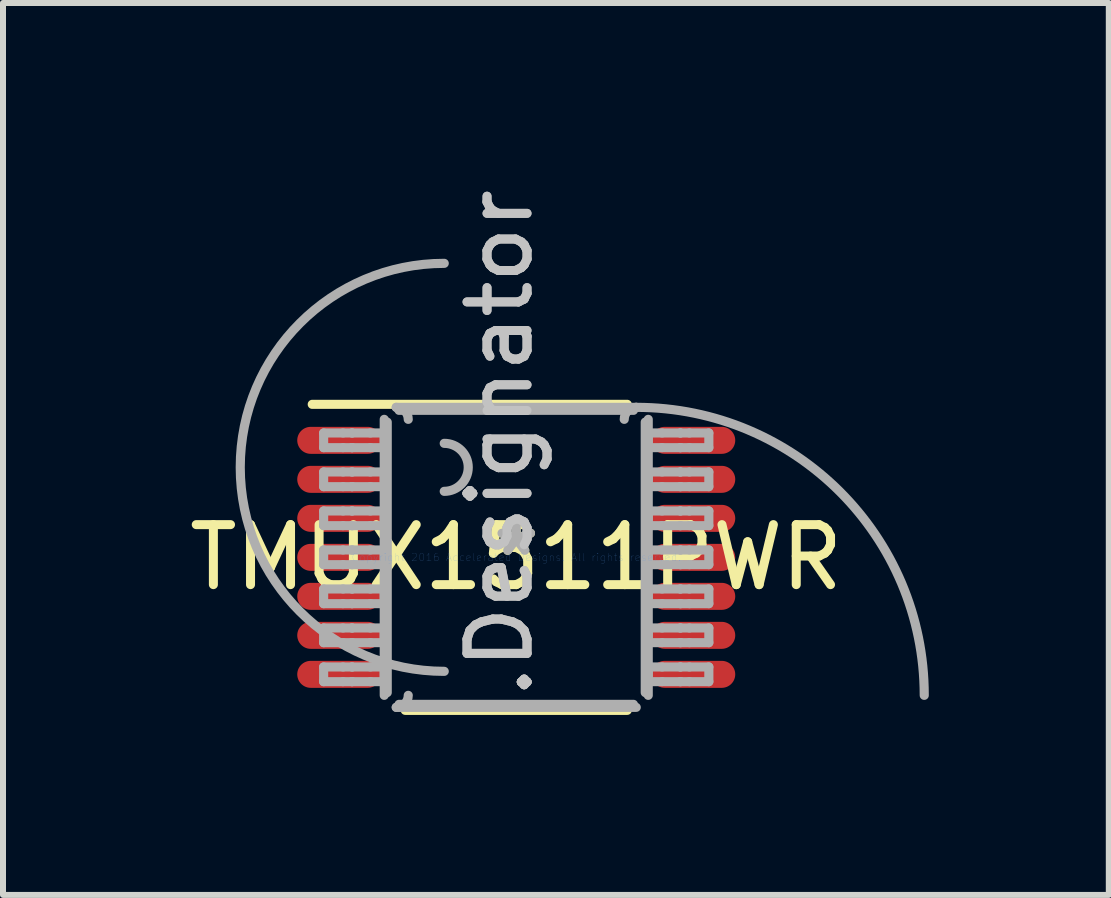
<source format=kicad_pcb>
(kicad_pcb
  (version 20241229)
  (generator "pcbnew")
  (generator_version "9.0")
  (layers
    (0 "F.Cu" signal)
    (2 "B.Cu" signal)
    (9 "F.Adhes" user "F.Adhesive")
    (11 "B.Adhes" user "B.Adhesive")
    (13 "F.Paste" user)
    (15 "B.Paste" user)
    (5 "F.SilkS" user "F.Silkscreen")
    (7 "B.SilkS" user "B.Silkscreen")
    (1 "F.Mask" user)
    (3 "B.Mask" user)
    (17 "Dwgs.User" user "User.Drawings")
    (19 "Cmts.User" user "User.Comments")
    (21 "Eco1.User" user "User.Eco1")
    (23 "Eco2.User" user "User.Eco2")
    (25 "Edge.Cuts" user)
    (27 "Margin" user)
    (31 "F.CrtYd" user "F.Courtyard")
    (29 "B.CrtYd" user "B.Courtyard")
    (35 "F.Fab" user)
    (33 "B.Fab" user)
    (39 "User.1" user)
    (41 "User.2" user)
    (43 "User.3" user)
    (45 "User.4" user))
  (footprint "TMUX1511PWR"
    (layer "F.Cu")
    (at 5.554 6.239)
    (property "Reference" "TMUX1511PWR" (at 0 0 0) (layer "F.SilkS") (effects (font (size 1 1) (thickness 0.15))))
    (attr through_hole)
    (fp_line (start -3.4 -2.55) (end 1.85 -2.55) (stroke (width 0.152) (type solid)) (layer "F.SilkS"))
    (fp_line (start -1.85 2.55) (end 1.85 2.55) (stroke (width 0.152) (type solid)) (layer "F.SilkS"))
    (fp_line (start -3.21 -2.073) (end -2.887 -2.073) (stroke (width 0.152) (type solid)) (layer "F.Fab"))
    (fp_line (start -3.21 -1.828) (end -3.21 -2.073) (stroke (width 0.152) (type solid)) (layer "F.Fab"))
    (fp_line (start -3.21 -1.828) (end -2.887 -1.828) (stroke (width 0.152) (type solid)) (layer "F.Fab"))
    (fp_line (start -3.21 -1.423) (end -2.887 -1.423) (stroke (width 0.152) (type solid)) (layer "F.Fab"))
    (fp_line (start -3.21 -1.178) (end -3.21 -1.423) (stroke (width 0.152) (type solid)) (layer "F.Fab"))
    (fp_line (start -3.21 -1.178) (end -2.887 -1.178) (stroke (width 0.152) (type solid)) (layer "F.Fab"))
    (fp_line (start -3.21 -0.773) (end -2.887 -0.773) (stroke (width 0.152) (type solid)) (layer "F.Fab"))
    (fp_line (start -3.21 -0.528) (end -3.21 -0.773) (stroke (width 0.152) (type solid)) (layer "F.Fab"))
    (fp_line (start -3.21 -0.528) (end -2.887 -0.528) (stroke (width 0.152) (type solid)) (layer "F.Fab"))
    (fp_line (start -3.21 -0.123) (end -2.887 -0.123) (stroke (width 0.152) (type solid)) (layer "F.Fab"))
    (fp_line (start -3.21 0.122) (end -3.21 -0.123) (stroke (width 0.152) (type solid)) (layer "F.Fab"))
    (fp_line (start -3.21 0.122) (end -2.887 0.122) (stroke (width 0.152) (type solid)) (layer "F.Fab"))
    (fp_line (start -3.21 0.527) (end -2.887 0.527) (stroke (width 0.152) (type solid)) (layer "F.Fab"))
    (fp_line (start -3.21 0.772) (end -3.21 0.527) (stroke (width 0.152) (type solid)) (layer "F.Fab"))
    (fp_line (start -3.21 0.772) (end -2.887 0.772) (stroke (width 0.152) (type solid)) (layer "F.Fab"))
    (fp_line (start -3.21 1.177) (end -2.887 1.177) (stroke (width 0.152) (type solid)) (layer "F.Fab"))
    (fp_line (start -3.21 1.422) (end -3.21 1.177) (stroke (width 0.152) (type solid)) (layer "F.Fab"))
    (fp_line (start -3.21 1.422) (end -2.887 1.422) (stroke (width 0.152) (type solid)) (layer "F.Fab"))
    (fp_line (start -3.21 1.827) (end -2.887 1.827) (stroke (width 0.152) (type solid)) (layer "F.Fab"))
    (fp_line (start -3.21 2.072) (end -3.21 1.827) (stroke (width 0.152) (type solid)) (layer "F.Fab"))
    (fp_line (start -3.21 2.072) (end -2.887 2.072) (stroke (width 0.152) (type solid)) (layer "F.Fab"))
    (fp_line (start -2.887 -2.073) (end -2.739 -2.073) (stroke (width 0.152) (type solid)) (layer "F.Fab"))
    (fp_line (start -2.887 -1.828) (end -2.739 -1.828) (stroke (width 0.152) (type solid)) (layer "F.Fab"))
    (fp_line (start -2.887 -1.423) (end -2.739 -1.423) (stroke (width 0.152) (type solid)) (layer "F.Fab"))
    (fp_line (start -2.887 -1.178) (end -2.739 -1.178) (stroke (width 0.152) (type solid)) (layer "F.Fab"))
    (fp_line (start -2.887 -0.773) (end -2.739 -0.773) (stroke (width 0.152) (type solid)) (layer "F.Fab"))
    (fp_line (start -2.887 -0.528) (end -2.739 -0.528) (stroke (width 0.152) (type solid)) (layer "F.Fab"))
    (fp_line (start -2.887 -0.123) (end -2.739 -0.123) (stroke (width 0.152) (type solid)) (layer "F.Fab"))
    (fp_line (start -2.887 0.122) (end -2.739 0.122) (stroke (width 0.152) (type solid)) (layer "F.Fab"))
    (fp_line (start -2.887 0.527) (end -2.739 0.527) (stroke (width 0.152) (type solid)) (layer "F.Fab"))
    (fp_line (start -2.887 0.772) (end -2.739 0.772) (stroke (width 0.152) (type solid)) (layer "F.Fab"))
    (fp_line (start -2.887 1.177) (end -2.739 1.177) (stroke (width 0.152) (type solid)) (layer "F.Fab"))
    (fp_line (start -2.887 1.422) (end -2.739 1.422) (stroke (width 0.152) (type solid)) (layer "F.Fab"))
    (fp_line (start -2.887 1.827) (end -2.739 1.827) (stroke (width 0.152) (type solid)) (layer "F.Fab"))
    (fp_line (start -2.887 2.072) (end -2.739 2.072) (stroke (width 0.152) (type solid)) (layer "F.Fab"))
    (fp_line (start -2.739 -2.073) (end -2.733 -2.073) (stroke (width 0.152) (type solid)) (layer "F.Fab"))
    (fp_line (start -2.739 -1.828) (end -2.733 -1.828) (stroke (width 0.152) (type solid)) (layer "F.Fab"))
    (fp_line (start -2.739 -1.423) (end -2.733 -1.423) (stroke (width 0.152) (type solid)) (layer "F.Fab"))
    (fp_line (start -2.739 -1.178) (end -2.733 -1.178) (stroke (width 0.152) (type solid)) (layer "F.Fab"))
    (fp_line (start -2.739 -0.773) (end -2.733 -0.773) (stroke (width 0.152) (type solid)) (layer "F.Fab"))
    (fp_line (start -2.739 -0.528) (end -2.733 -0.528) (stroke (width 0.152) (type solid)) (layer "F.Fab"))
    (fp_line (start -2.739 -0.123) (end -2.733 -0.123) (stroke (width 0.152) (type solid)) (layer "F.Fab"))
    (fp_line (start -2.739 0.122) (end -2.733 0.122) (stroke (width 0.152) (type solid)) (layer "F.Fab"))
    (fp_line (start -2.739 0.527) (end -2.733 0.527) (stroke (width 0.152) (type solid)) (layer "F.Fab"))
    (fp_line (start -2.739 0.772) (end -2.733 0.772) (stroke (width 0.152) (type solid)) (layer "F.Fab"))
    (fp_line (start -2.739 1.177) (end -2.733 1.177) (stroke (width 0.152) (type solid)) (layer "F.Fab"))
    (fp_line (start -2.739 1.422) (end -2.733 1.422) (stroke (width 0.152) (type solid)) (layer "F.Fab"))
    (fp_line (start -2.739 1.827) (end -2.733 1.827) (stroke (width 0.152) (type solid)) (layer "F.Fab"))
    (fp_line (start -2.739 2.072) (end -2.733 2.072) (stroke (width 0.152) (type solid)) (layer "F.Fab"))
    (fp_line (start -2.733 -2.073) (end -2.431 -2.073) (stroke (width 0.152) (type solid)) (layer "F.Fab"))
    (fp_line (start -2.733 -1.828) (end -2.431 -1.828) (stroke (width 0.152) (type solid)) (layer "F.Fab"))
    (fp_line (start -2.733 -1.423) (end -2.431 -1.423) (stroke (width 0.152) (type solid)) (layer "F.Fab"))
    (fp_line (start -2.733 -1.178) (end -2.431 -1.178) (stroke (width 0.152) (type solid)) (layer "F.Fab"))
    (fp_line (start -2.733 -0.773) (end -2.431 -0.773) (stroke (width 0.152) (type solid)) (layer "F.Fab"))
    (fp_line (start -2.733 -0.528) (end -2.431 -0.528) (stroke (width 0.152) (type solid)) (layer "F.Fab"))
    (fp_line (start -2.733 -0.123) (end -2.431 -0.123) (stroke (width 0.152) (type solid)) (layer "F.Fab"))
    (fp_line (start -2.733 0.122) (end -2.431 0.122) (stroke (width 0.152) (type solid)) (layer "F.Fab"))
    (fp_line (start -2.733 0.527) (end -2.431 0.527) (stroke (width 0.152) (type solid)) (layer "F.Fab"))
    (fp_line (start -2.733 0.772) (end -2.431 0.772) (stroke (width 0.152) (type solid)) (layer "F.Fab"))
    (fp_line (start -2.733 1.177) (end -2.431 1.177) (stroke (width 0.152) (type solid)) (layer "F.Fab"))
    (fp_line (start -2.733 1.422) (end -2.431 1.422) (stroke (width 0.152) (type solid)) (layer "F.Fab"))
    (fp_line (start -2.733 1.827) (end -2.431 1.827) (stroke (width 0.152) (type solid)) (layer "F.Fab"))
    (fp_line (start -2.733 2.072) (end -2.431 2.072) (stroke (width 0.152) (type solid)) (layer "F.Fab"))
    (fp_line (start -2.431 -2.073) (end -2.2 -2.073) (stroke (width 0.152) (type solid)) (layer "F.Fab"))
    (fp_line (start -2.431 -1.828) (end -2.2 -1.828) (stroke (width 0.152) (type solid)) (layer "F.Fab"))
    (fp_line (start -2.431 -1.423) (end -2.2 -1.423) (stroke (width 0.152) (type solid)) (layer "F.Fab"))
    (fp_line (start -2.431 -1.178) (end -2.2 -1.178) (stroke (width 0.152) (type solid)) (layer "F.Fab"))
    (fp_line (start -2.431 -0.773) (end -2.2 -0.773) (stroke (width 0.152) (type solid)) (layer "F.Fab"))
    (fp_line (start -2.431 -0.528) (end -2.2 -0.528) (stroke (width 0.152) (type solid)) (layer "F.Fab"))
    (fp_line (start -2.431 -0.123) (end -2.2 -0.123) (stroke (width 0.152) (type solid)) (layer "F.Fab"))
    (fp_line (start -2.431 0.122) (end -2.2 0.122) (stroke (width 0.152) (type solid)) (layer "F.Fab"))
    (fp_line (start -2.431 0.527) (end -2.2 0.527) (stroke (width 0.152) (type solid)) (layer "F.Fab"))
    (fp_line (start -2.431 0.772) (end -2.2 0.772) (stroke (width 0.152) (type solid)) (layer "F.Fab"))
    (fp_line (start -2.431 1.177) (end -2.2 1.177) (stroke (width 0.152) (type solid)) (layer "F.Fab"))
    (fp_line (start -2.431 1.422) (end -2.2 1.422) (stroke (width 0.152) (type solid)) (layer "F.Fab"))
    (fp_line (start -2.431 1.827) (end -2.2 1.827) (stroke (width 0.152) (type solid)) (layer "F.Fab"))
    (fp_line (start -2.431 2.072) (end -2.2 2.072) (stroke (width 0.152) (type solid)) (layer "F.Fab"))
    (fp_line (start -2.2 -1.828) (end -2.2 -2.073) (stroke (width 0.152) (type solid)) (layer "F.Fab"))
    (fp_line (start -2.2 -1.178) (end -2.2 -1.423) (stroke (width 0.152) (type solid)) (layer "F.Fab"))
    (fp_line (start -2.2 -0.528) (end -2.2 -0.773) (stroke (width 0.152) (type solid)) (layer "F.Fab"))
    (fp_line (start -2.2 0.122) (end -2.2 -0.123) (stroke (width 0.152) (type solid)) (layer "F.Fab"))
    (fp_line (start -2.2 0.772) (end -2.2 0.527) (stroke (width 0.152) (type solid)) (layer "F.Fab"))
    (fp_line (start -2.2 1.422) (end -2.2 1.177) (stroke (width 0.152) (type solid)) (layer "F.Fab"))
    (fp_line (start -2.2 2.072) (end -2.2 1.827) (stroke (width 0.152) (type solid)) (layer "F.Fab"))
    (fp_line (start -2.2 2.3) (end -2.2 -2.3) (stroke (width 0.152) (type solid)) (layer "F.Fab"))
    (fp_line (start -2.15 2.254) (end -2.15 -2.254) (stroke (width 0.152) (type solid)) (layer "F.Fab"))
    (fp_line (start -2 -2.5) (end 2 -2.5) (stroke (width 0.152) (type solid)) (layer "F.Fab"))
    (fp_line (start -2 2.5) (end 2 2.5) (stroke (width 0.152) (type solid)) (layer "F.Fab"))
    (fp_line (start -1.954 -2.45) (end 1.954 -2.45) (stroke (width 0.152) (type solid)) (layer "F.Fab"))
    (fp_line (start -1.954 2.45) (end 1.954 2.45) (stroke (width 0.152) (type solid)) (layer "F.Fab"))
    (fp_line (start 2.15 2.254) (end 2.15 -2.254) (stroke (width 0.152) (type solid)) (layer "F.Fab"))
    (fp_line (start 2.2 -2.073) (end 2.43 -2.073) (stroke (width 0.152) (type solid)) (layer "F.Fab"))
    (fp_line (start 2.2 -1.828) (end 2.2 -2.073) (stroke (width 0.152) (type solid)) (layer "F.Fab"))
    (fp_line (start 2.2 -1.828) (end 2.43 -1.828) (stroke (width 0.152) (type solid)) (layer "F.Fab"))
    (fp_line (start 2.2 -1.423) (end 2.43 -1.423) (stroke (width 0.152) (type solid)) (layer "F.Fab"))
    (fp_line (start 2.2 -1.178) (end 2.2 -1.423) (stroke (width 0.152) (type solid)) (layer "F.Fab"))
    (fp_line (start 2.2 -1.178) (end 2.43 -1.178) (stroke (width 0.152) (type solid)) (layer "F.Fab"))
    (fp_line (start 2.2 -0.773) (end 2.43 -0.773) (stroke (width 0.152) (type solid)) (layer "F.Fab"))
    (fp_line (start 2.2 -0.528) (end 2.2 -0.773) (stroke (width 0.152) (type solid)) (layer "F.Fab"))
    (fp_line (start 2.2 -0.528) (end 2.43 -0.528) (stroke (width 0.152) (type solid)) (layer "F.Fab"))
    (fp_line (start 2.2 -0.123) (end 2.43 -0.123) (stroke (width 0.152) (type solid)) (layer "F.Fab"))
    (fp_line (start 2.2 0.122) (end 2.2 -0.123) (stroke (width 0.152) (type solid)) (layer "F.Fab"))
    (fp_line (start 2.2 0.122) (end 2.43 0.122) (stroke (width 0.152) (type solid)) (layer "F.Fab"))
    (fp_line (start 2.2 0.527) (end 2.43 0.527) (stroke (width 0.152) (type solid)) (layer "F.Fab"))
    (fp_line (start 2.2 0.772) (end 2.2 0.527) (stroke (width 0.152) (type solid)) (layer "F.Fab"))
    (fp_line (start 2.2 0.772) (end 2.43 0.772) (stroke (width 0.152) (type solid)) (layer "F.Fab"))
    (fp_line (start 2.2 1.177) (end 2.43 1.177) (stroke (width 0.152) (type solid)) (layer "F.Fab"))
    (fp_line (start 2.2 1.422) (end 2.2 1.177) (stroke (width 0.152) (type solid)) (layer "F.Fab"))
    (fp_line (start 2.2 1.422) (end 2.43 1.422) (stroke (width 0.152) (type solid)) (layer "F.Fab"))
    (fp_line (start 2.2 1.827) (end 2.43 1.827) (stroke (width 0.152) (type solid)) (layer "F.Fab"))
    (fp_line (start 2.2 2.072) (end 2.2 1.827) (stroke (width 0.152) (type solid)) (layer "F.Fab"))
    (fp_line (start 2.2 2.072) (end 2.43 2.072) (stroke (width 0.152) (type solid)) (layer "F.Fab"))
    (fp_line (start 2.2 2.3) (end 2.2 -2.3) (stroke (width 0.152) (type solid)) (layer "F.Fab"))
    (fp_line (start 2.43 -2.073) (end 2.733 -2.073) (stroke (width 0.152) (type solid)) (layer "F.Fab"))
    (fp_line (start 2.43 -1.828) (end 2.733 -1.828) (stroke (width 0.152) (type solid)) (layer "F.Fab"))
    (fp_line (start 2.43 -1.423) (end 2.733 -1.423) (stroke (width 0.152) (type solid)) (layer "F.Fab"))
    (fp_line (start 2.43 -1.178) (end 2.733 -1.178) (stroke (width 0.152) (type solid)) (layer "F.Fab"))
    (fp_line (start 2.43 -0.773) (end 2.733 -0.773) (stroke (width 0.152) (type solid)) (layer "F.Fab"))
    (fp_line (start 2.43 -0.528) (end 2.733 -0.528) (stroke (width 0.152) (type solid)) (layer "F.Fab"))
    (fp_line (start 2.43 -0.123) (end 2.733 -0.123) (stroke (width 0.152) (type solid)) (layer "F.Fab"))
    (fp_line (start 2.43 0.122) (end 2.733 0.122) (stroke (width 0.152) (type solid)) (layer "F.Fab"))
    (fp_line (start 2.43 0.527) (end 2.733 0.527) (stroke (width 0.152) (type solid)) (layer "F.Fab"))
    (fp_line (start 2.43 0.772) (end 2.733 0.772) (stroke (width 0.152) (type solid)) (layer "F.Fab"))
    (fp_line (start 2.43 1.177) (end 2.733 1.177) (stroke (width 0.152) (type solid)) (layer "F.Fab"))
    (fp_line (start 2.43 1.422) (end 2.733 1.422) (stroke (width 0.152) (type solid)) (layer "F.Fab"))
    (fp_line (start 2.43 1.827) (end 2.733 1.827) (stroke (width 0.152) (type solid)) (layer "F.Fab"))
    (fp_line (start 2.43 2.072) (end 2.733 2.072) (stroke (width 0.152) (type solid)) (layer "F.Fab"))
    (fp_line (start 2.733 -2.073) (end 2.739 -2.073) (stroke (width 0.152) (type solid)) (layer "F.Fab"))
    (fp_line (start 2.733 -1.828) (end 2.739 -1.828) (stroke (width 0.152) (type solid)) (layer "F.Fab"))
    (fp_line (start 2.733 -1.423) (end 2.739 -1.423) (stroke (width 0.152) (type solid)) (layer "F.Fab"))
    (fp_line (start 2.733 -1.178) (end 2.739 -1.178) (stroke (width 0.152) (type solid)) (layer "F.Fab"))
    (fp_line (start 2.733 -0.773) (end 2.739 -0.773) (stroke (width 0.152) (type solid)) (layer "F.Fab"))
    (fp_line (start 2.733 -0.528) (end 2.739 -0.528) (stroke (width 0.152) (type solid)) (layer "F.Fab"))
    (fp_line (start 2.733 -0.123) (end 2.739 -0.123) (stroke (width 0.152) (type solid)) (layer "F.Fab"))
    (fp_line (start 2.733 0.122) (end 2.739 0.122) (stroke (width 0.152) (type solid)) (layer "F.Fab"))
    (fp_line (start 2.733 0.527) (end 2.739 0.527) (stroke (width 0.152) (type solid)) (layer "F.Fab"))
    (fp_line (start 2.733 0.772) (end 2.739 0.772) (stroke (width 0.152) (type solid)) (layer "F.Fab"))
    (fp_line (start 2.733 1.177) (end 2.739 1.177) (stroke (width 0.152) (type solid)) (layer "F.Fab"))
    (fp_line (start 2.733 1.422) (end 2.739 1.422) (stroke (width 0.152) (type solid)) (layer "F.Fab"))
    (fp_line (start 2.733 1.827) (end 2.739 1.827) (stroke (width 0.152) (type solid)) (layer "F.Fab"))
    (fp_line (start 2.733 2.072) (end 2.739 2.072) (stroke (width 0.152) (type solid)) (layer "F.Fab"))
    (fp_line (start 2.739 -2.073) (end 2.887 -2.073) (stroke (width 0.152) (type solid)) (layer "F.Fab"))
    (fp_line (start 2.739 -1.828) (end 2.887 -1.828) (stroke (width 0.152) (type solid)) (layer "F.Fab"))
    (fp_line (start 2.739 -1.423) (end 2.887 -1.423) (stroke (width 0.152) (type solid)) (layer "F.Fab"))
    (fp_line (start 2.739 -1.178) (end 2.887 -1.178) (stroke (width 0.152) (type solid)) (layer "F.Fab"))
    (fp_line (start 2.739 -0.773) (end 2.887 -0.773) (stroke (width 0.152) (type solid)) (layer "F.Fab"))
    (fp_line (start 2.739 -0.528) (end 2.887 -0.528) (stroke (width 0.152) (type solid)) (layer "F.Fab"))
    (fp_line (start 2.739 -0.123) (end 2.887 -0.123) (stroke (width 0.152) (type solid)) (layer "F.Fab"))
    (fp_line (start 2.739 0.122) (end 2.887 0.122) (stroke (width 0.152) (type solid)) (layer "F.Fab"))
    (fp_line (start 2.739 0.527) (end 2.887 0.527) (stroke (width 0.152) (type solid)) (layer "F.Fab"))
    (fp_line (start 2.739 0.772) (end 2.887 0.772) (stroke (width 0.152) (type solid)) (layer "F.Fab"))
    (fp_line (start 2.739 1.177) (end 2.887 1.177) (stroke (width 0.152) (type solid)) (layer "F.Fab"))
    (fp_line (start 2.739 1.422) (end 2.887 1.422) (stroke (width 0.152) (type solid)) (layer "F.Fab"))
    (fp_line (start 2.739 1.827) (end 2.887 1.827) (stroke (width 0.152) (type solid)) (layer "F.Fab"))
    (fp_line (start 2.739 2.072) (end 2.887 2.072) (stroke (width 0.152) (type solid)) (layer "F.Fab"))
    (fp_line (start 2.887 -2.073) (end 3.21 -2.073) (stroke (width 0.152) (type solid)) (layer "F.Fab"))
    (fp_line (start 2.887 -1.828) (end 3.21 -1.828) (stroke (width 0.152) (type solid)) (layer "F.Fab"))
    (fp_line (start 2.887 -1.423) (end 3.21 -1.423) (stroke (width 0.152) (type solid)) (layer "F.Fab"))
    (fp_line (start 2.887 -1.178) (end 3.21 -1.178) (stroke (width 0.152) (type solid)) (layer "F.Fab"))
    (fp_line (start 2.887 -0.773) (end 3.21 -0.773) (stroke (width 0.152) (type solid)) (layer "F.Fab"))
    (fp_line (start 2.887 -0.528) (end 3.21 -0.528) (stroke (width 0.152) (type solid)) (layer "F.Fab"))
    (fp_line (start 2.887 -0.123) (end 3.21 -0.123) (stroke (width 0.152) (type solid)) (layer "F.Fab"))
    (fp_line (start 2.887 0.122) (end 3.21 0.122) (stroke (width 0.152) (type solid)) (layer "F.Fab"))
    (fp_line (start 2.887 0.527) (end 3.21 0.527) (stroke (width 0.152) (type solid)) (layer "F.Fab"))
    (fp_line (start 2.887 0.772) (end 3.21 0.772) (stroke (width 0.152) (type solid)) (layer "F.Fab"))
    (fp_line (start 2.887 1.177) (end 3.21 1.177) (stroke (width 0.152) (type solid)) (layer "F.Fab"))
    (fp_line (start 2.887 1.422) (end 3.21 1.422) (stroke (width 0.152) (type solid)) (layer "F.Fab"))
    (fp_line (start 2.887 1.827) (end 3.21 1.827) (stroke (width 0.152) (type solid)) (layer "F.Fab"))
    (fp_line (start 2.887 2.072) (end 3.21 2.072) (stroke (width 0.152) (type solid)) (layer "F.Fab"))
    (fp_line (start 3.21 -1.828) (end 3.21 -2.073) (stroke (width 0.152) (type solid)) (layer "F.Fab"))
    (fp_line (start 3.21 -1.178) (end 3.21 -1.423) (stroke (width 0.152) (type solid)) (layer "F.Fab"))
    (fp_line (start 3.21 -0.528) (end 3.21 -0.773) (stroke (width 0.152) (type solid)) (layer "F.Fab"))
    (fp_line (start 3.21 0.122) (end 3.21 -0.123) (stroke (width 0.152) (type solid)) (layer "F.Fab"))
    (fp_line (start 3.21 0.772) (end 3.21 0.527) (stroke (width 0.152) (type solid)) (layer "F.Fab"))
    (fp_line (start 3.21 1.422) (end 3.21 1.177) (stroke (width 0.152) (type solid)) (layer "F.Fab"))
    (fp_line (start 3.21 2.072) (end 3.21 1.827) (stroke (width 0.152) (type solid)) (layer "F.Fab"))
    (fp_arc (start -2.000001 -2.5) (mid -1.85858 -2.441421) (end -1.800001 -2.3) (stroke (width 0.1524) (type solid)) (layer "F.Fab"))
    (fp_arc (start -1.800001 2.29999) (mid -1.85858 2.441411) (end -2.000001 2.49999) (stroke (width 0.1524) (type solid)) (layer "F.Fab"))
    (fp_arc (start -1.200003 -1.900001) (mid -0.800004 -1.500002) (end -1.200003 -1.100003) (stroke (width 0.1524) (type solid)) (layer "F.Fab"))
    (fp_arc (start -1.200003 1.900001) (mid -4.600006 -1.500002) (end -1.200003 -4.900005) (stroke (width 0.1524) (type solid)) (layer "F.Fab"))
    (fp_arc (start 1.799991 -2.3) (mid 1.85857 -2.441421) (end 1.999991 -2.5) (stroke (width 0.1524) (type solid)) (layer "F.Fab"))
    (fp_arc (start 1.999991 -2.49999) (mid 5.394089 -1.094108) (end 6.799971 2.29999) (stroke (width 0.1524) (type solid)) (layer "F.Fab"))
    (fp_text user "*" (at 0 0 0) (layer "F.SilkS") (effects (font (size 1 1) (thickness 0.15))))
    (fp_text user ".Designator" (at -0.275 -1.9 270) (layer "Dwgs.User") (effects (font (size 1 1) (thickness 0.15))))
    (fp_text user "Copyright 2016 Accelerated Designs. All rights reserved." (at 0 0 0) (layer "Cmts.User") (effects (font (size 0.127 0.127) (thickness 0.002))))
    (fp_text user "*" (at 0 0 0) (layer "F.Fab") (effects (font (size 1 1) (thickness 0.15))))
    (fp_text user ".Designator" (at -0.275 -1.9 270) (layer "F.Fab") (effects (font (size 1 1) (thickness 0.15))))
    (pad "1" smd oval (at -2.95 -1.95 90) (size 0.45 1.4) (layers "F.Cu" "F.Mask" "F.Paste"))
    (pad "2" smd oval (at -2.95 -1.3 90) (size 0.45 1.4) (layers "F.Cu" "F.Mask" "F.Paste"))
    (pad "3" smd oval (at -2.95 -0.65 90) (size 0.45 1.4) (layers "F.Cu" "F.Mask" "F.Paste"))
    (pad "4" smd oval (at -2.95 0 90) (size 0.45 1.4) (layers "F.Cu" "F.Mask" "F.Paste"))
    (pad "5" smd oval (at -2.95 0.65 90) (size 0.45 1.4) (layers "F.Cu" "F.Mask" "F.Paste"))
    (pad "6" smd oval (at -2.95 1.3 90) (size 0.45 1.4) (layers "F.Cu" "F.Mask" "F.Paste"))
    (pad "7" smd oval (at -2.95 1.95 90) (size 0.45 1.4) (layers "F.Cu" "F.Mask" "F.Paste"))
    (pad "8" smd oval (at 2.95 1.95 90) (size 0.45 1.4) (layers "F.Cu" "F.Mask" "F.Paste"))
    (pad "9" smd oval (at 2.95 1.3 90) (size 0.45 1.4) (layers "F.Cu" "F.Mask" "F.Paste"))
    (pad "10" smd oval (at 2.95 0.65 90) (size 0.45 1.4) (layers "F.Cu" "F.Mask" "F.Paste"))
    (pad "11" smd oval (at 2.95 0 90) (size 0.45 1.4) (layers "F.Cu" "F.Mask" "F.Paste"))
    (pad "12" smd oval (at 2.95 -0.65 90) (size 0.45 1.4) (layers "F.Cu" "F.Mask" "F.Paste"))
    (pad "13" smd oval (at 2.95 -1.3 90) (size 0.45 1.4) (layers "F.Cu" "F.Mask" "F.Paste"))
    (pad "14" smd oval (at 2.95 -1.95 90) (size 0.45 1.4) (layers "F.Cu" "F.Mask" "F.Paste")))
  (gr_rect
    (start -3 -3)
    (end 15.43 11.865)
    (stroke (width 0.1) (type default))
    (fill no)
    (layer "Edge.Cuts")))
</source>
